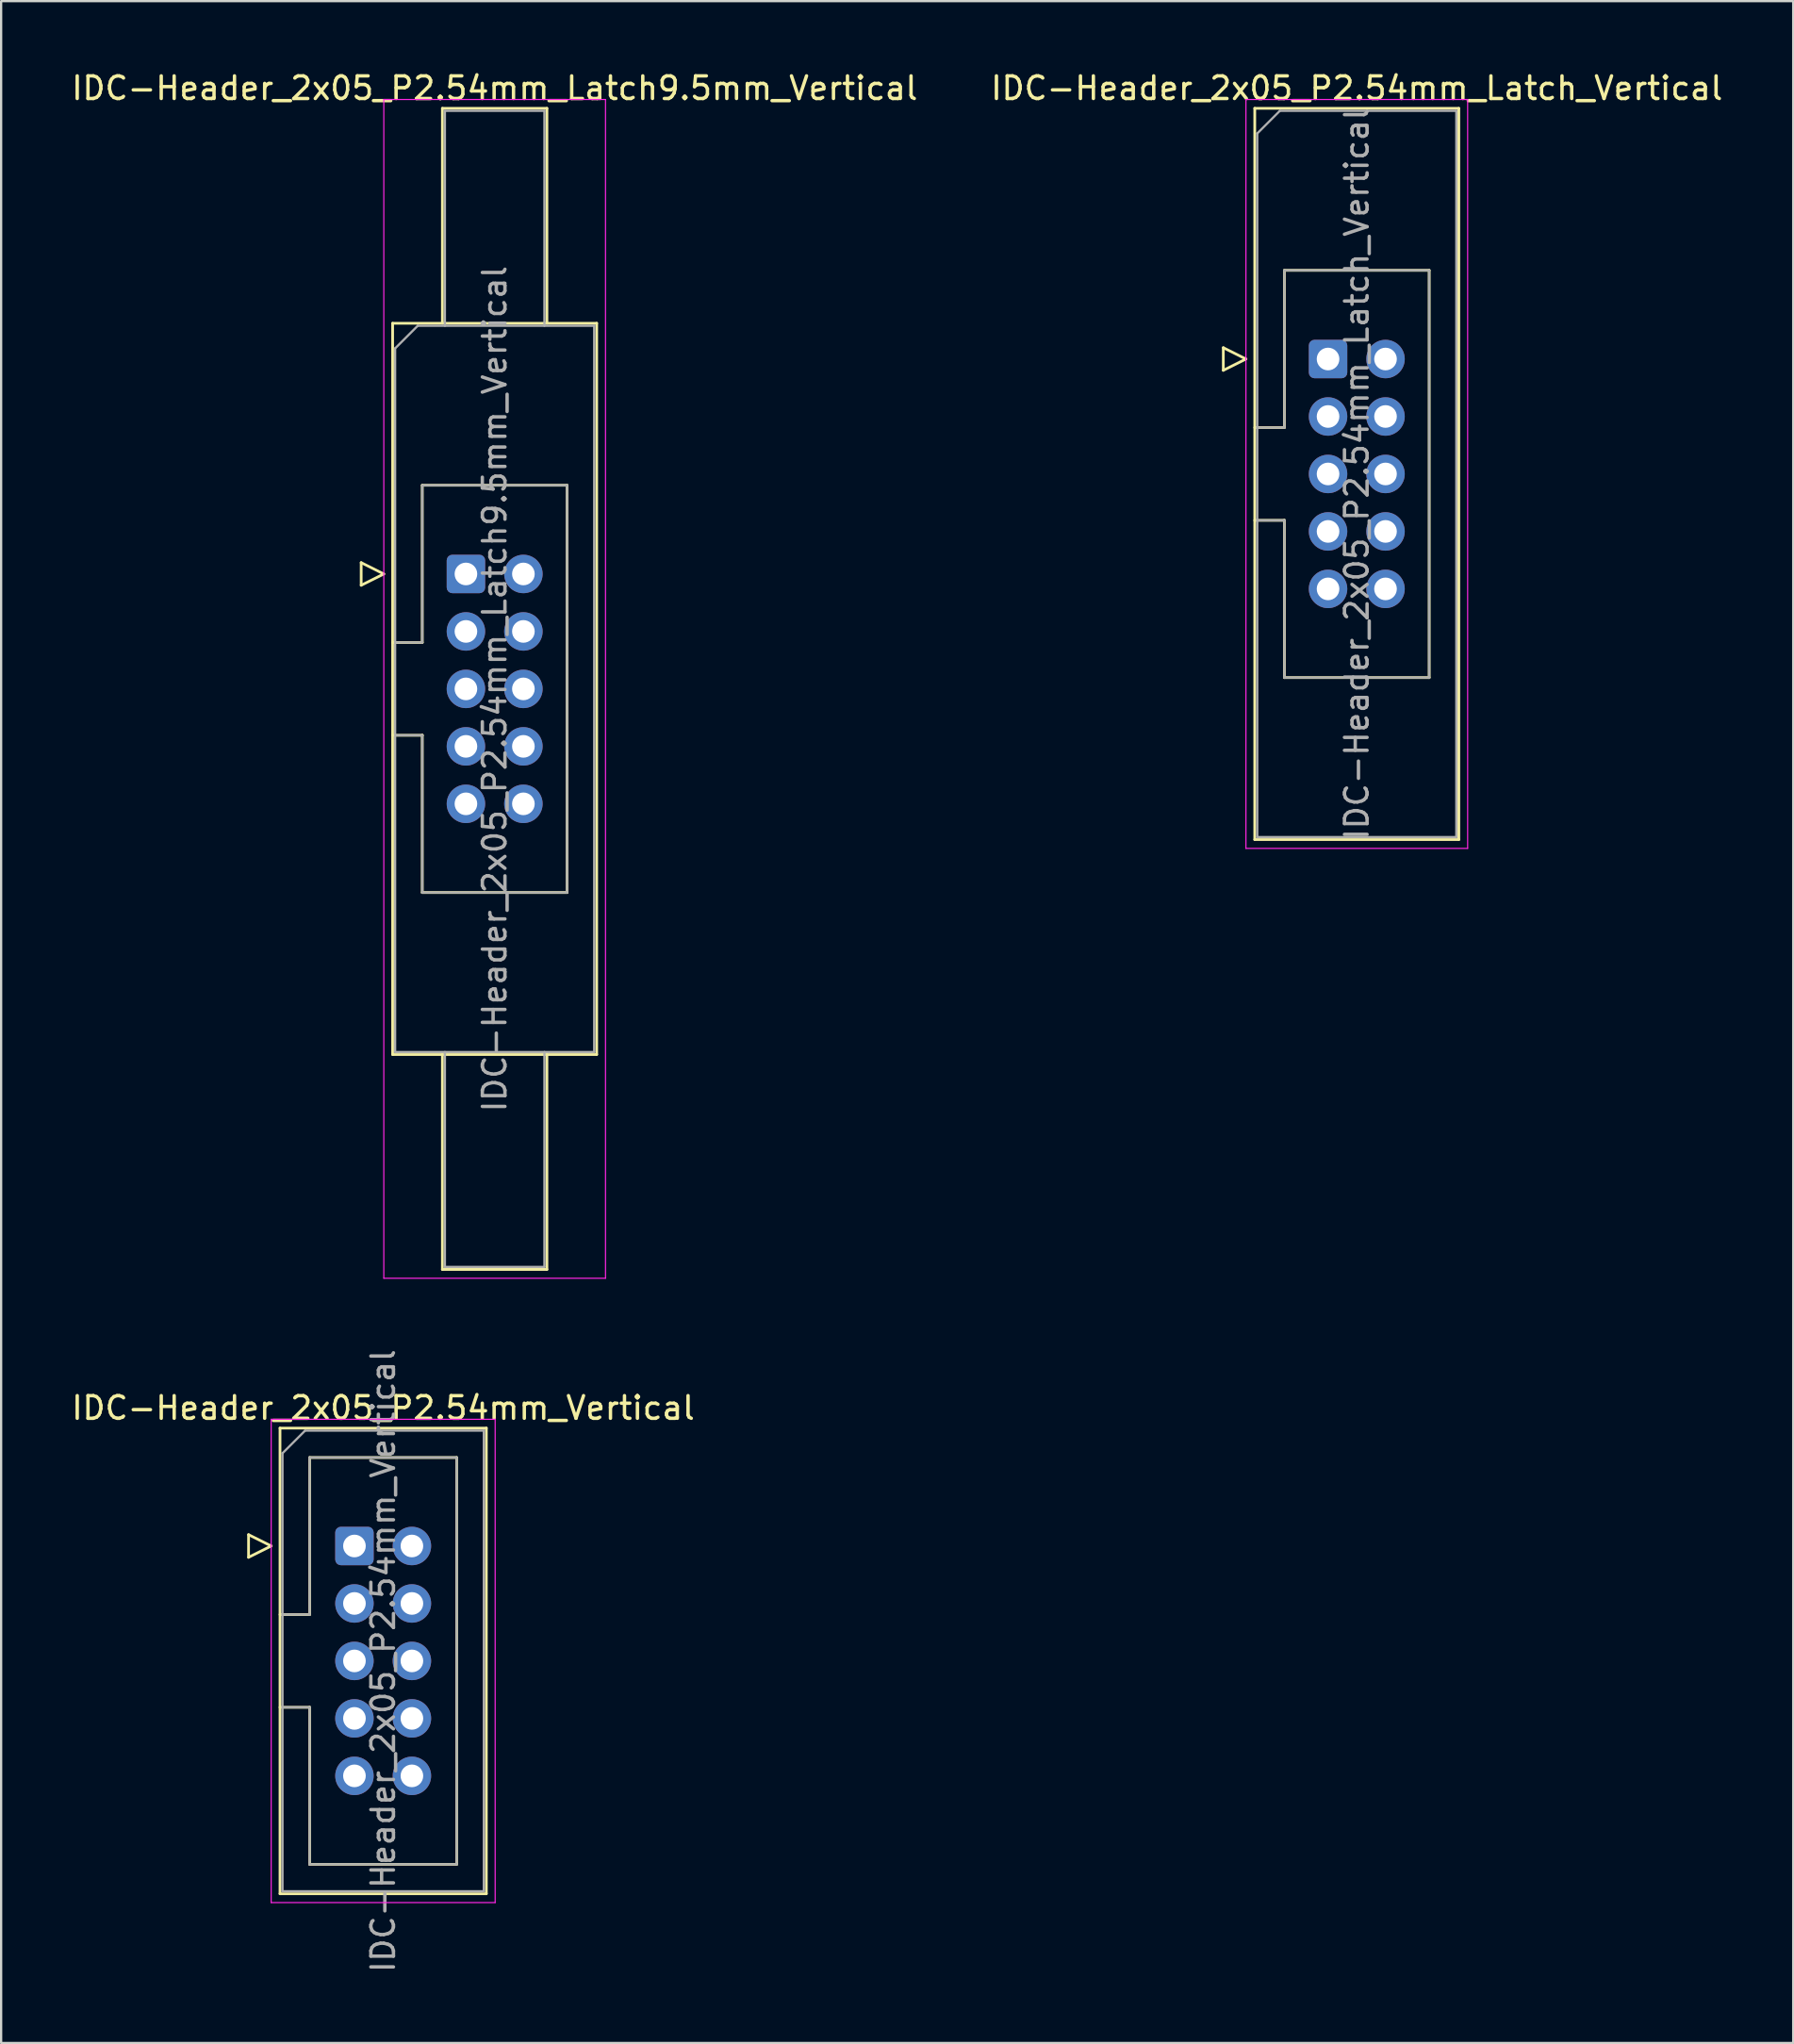
<source format=kicad_pcb>
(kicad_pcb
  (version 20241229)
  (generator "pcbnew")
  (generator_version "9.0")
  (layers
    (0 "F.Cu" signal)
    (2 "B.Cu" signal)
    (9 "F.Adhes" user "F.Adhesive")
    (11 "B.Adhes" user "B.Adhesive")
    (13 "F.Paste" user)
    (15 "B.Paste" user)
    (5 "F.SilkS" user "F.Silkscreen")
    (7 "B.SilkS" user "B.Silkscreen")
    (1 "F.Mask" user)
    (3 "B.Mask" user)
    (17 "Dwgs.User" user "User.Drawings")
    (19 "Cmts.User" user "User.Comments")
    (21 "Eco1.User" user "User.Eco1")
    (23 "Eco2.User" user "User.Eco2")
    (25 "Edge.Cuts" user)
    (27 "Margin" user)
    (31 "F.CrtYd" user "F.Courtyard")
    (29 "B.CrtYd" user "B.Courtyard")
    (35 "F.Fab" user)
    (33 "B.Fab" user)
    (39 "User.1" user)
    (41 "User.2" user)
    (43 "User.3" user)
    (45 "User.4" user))
  (footprint "IDC-Header_2x05_P2.54mm_Latch_Vertical"
    (layer "F.Cu")
    (at 55.653 12.818)
    (property "Reference" "IDC-Header_2x05_P2.54mm_Latch_Vertical" (at 1.27 -11.97 0) (layer "F.SilkS") (effects (font (size 1 1) (thickness 0.15))))
    (attr through_hole)
    (fp_line (start -4.63 -0.5) (end -4.63 0.5) (stroke (width 0.12) (type solid)) (layer "F.SilkS"))
    (fp_line (start -4.63 0.5) (end -3.63 0) (stroke (width 0.12) (type solid)) (layer "F.SilkS"))
    (fp_line (start -3.63 0) (end -4.63 -0.5) (stroke (width 0.12) (type solid)) (layer "F.SilkS"))
    (fp_line (start -3.24 -11.08) (end 5.78 -11.08) (stroke (width 0.12) (type solid)) (layer "F.SilkS"))
    (fp_line (start -3.24 3.03) (end -1.93 3.03) (stroke (width 0.12) (type solid)) (layer "F.SilkS"))
    (fp_line (start -3.24 21.24) (end -3.24 -11.08) (stroke (width 0.12) (type solid)) (layer "F.SilkS"))
    (fp_line (start -1.93 -3.92) (end 4.47 -3.92) (stroke (width 0.12) (type solid)) (layer "F.SilkS"))
    (fp_line (start -1.93 3.03) (end -1.93 -3.92) (stroke (width 0.12) (type solid)) (layer "F.SilkS"))
    (fp_line (start -1.93 7.13) (end -3.24 7.13) (stroke (width 0.12) (type solid)) (layer "F.SilkS"))
    (fp_line (start -1.93 7.13) (end -1.93 7.13) (stroke (width 0.12) (type solid)) (layer "F.SilkS"))
    (fp_line (start -1.93 14.08) (end -1.93 7.13) (stroke (width 0.12) (type solid)) (layer "F.SilkS"))
    (fp_line (start 4.47 -3.92) (end 4.47 14.08) (stroke (width 0.12) (type solid)) (layer "F.SilkS"))
    (fp_line (start 4.47 14.08) (end -1.93 14.08) (stroke (width 0.12) (type solid)) (layer "F.SilkS"))
    (fp_line (start 5.78 -11.08) (end 5.78 21.24) (stroke (width 0.12) (type solid)) (layer "F.SilkS"))
    (fp_line (start 5.78 21.24) (end -3.24 21.24) (stroke (width 0.12) (type solid)) (layer "F.SilkS"))
    (fp_line (start -3.63 -11.47) (end -3.63 21.63) (stroke (width 0.05) (type solid)) (layer "F.CrtYd"))
    (fp_line (start -3.63 21.63) (end 6.17 21.63) (stroke (width 0.05) (type solid)) (layer "F.CrtYd"))
    (fp_line (start 6.17 -11.47) (end -3.63 -11.47) (stroke (width 0.05) (type solid)) (layer "F.CrtYd"))
    (fp_line (start 6.17 21.63) (end 6.17 -11.47) (stroke (width 0.05) (type solid)) (layer "F.CrtYd"))
    (fp_line (start -3.13 -9.97) (end -2.13 -10.97) (stroke (width 0.1) (type solid)) (layer "F.Fab"))
    (fp_line (start -3.13 3.03) (end -1.93 3.03) (stroke (width 0.1) (type solid)) (layer "F.Fab"))
    (fp_line (start -3.13 21.13) (end -3.13 -9.97) (stroke (width 0.1) (type solid)) (layer "F.Fab"))
    (fp_line (start -2.13 -10.97) (end 5.67 -10.97) (stroke (width 0.1) (type solid)) (layer "F.Fab"))
    (fp_line (start -1.93 -3.92) (end 4.47 -3.92) (stroke (width 0.1) (type solid)) (layer "F.Fab"))
    (fp_line (start -1.93 3.03) (end -1.93 -3.92) (stroke (width 0.1) (type solid)) (layer "F.Fab"))
    (fp_line (start -1.93 7.13) (end -3.13 7.13) (stroke (width 0.1) (type solid)) (layer "F.Fab"))
    (fp_line (start -1.93 7.13) (end -1.93 7.13) (stroke (width 0.1) (type solid)) (layer "F.Fab"))
    (fp_line (start -1.93 14.08) (end -1.93 7.13) (stroke (width 0.1) (type solid)) (layer "F.Fab"))
    (fp_line (start 4.47 -3.92) (end 4.47 14.08) (stroke (width 0.1) (type solid)) (layer "F.Fab"))
    (fp_line (start 4.47 14.08) (end -1.93 14.08) (stroke (width 0.1) (type solid)) (layer "F.Fab"))
    (fp_line (start 5.67 -10.97) (end 5.67 21.13) (stroke (width 0.1) (type solid)) (layer "F.Fab"))
    (fp_line (start 5.67 21.13) (end -3.13 21.13) (stroke (width 0.1) (type solid)) (layer "F.Fab"))
    (fp_text user "${REFERENCE}" (at 1.27 5.08 90) (layer "F.Fab") (effects (font (size 1 1) (thickness 0.15))))
    (pad "1" thru_hole roundrect (at 0 0) (size 1.7 1.7) (drill 1) (layers "*.Cu" "*.Mask") (roundrect_rratio 0.147))
    (pad "2" thru_hole circle (at 2.54 0) (size 1.7 1.7) (drill 1) (layers "*.Cu" "*.Mask"))
    (pad "3" thru_hole circle (at 0 2.54) (size 1.7 1.7) (drill 1) (layers "*.Cu" "*.Mask"))
    (pad "4" thru_hole circle (at 2.54 2.54) (size 1.7 1.7) (drill 1) (layers "*.Cu" "*.Mask"))
    (pad "5" thru_hole circle (at 0 5.08) (size 1.7 1.7) (drill 1) (layers "*.Cu" "*.Mask"))
    (pad "6" thru_hole circle (at 2.54 5.08) (size 1.7 1.7) (drill 1) (layers "*.Cu" "*.Mask"))
    (pad "7" thru_hole circle (at 0 7.62) (size 1.7 1.7) (drill 1) (layers "*.Cu" "*.Mask"))
    (pad "8" thru_hole circle (at 2.54 7.62) (size 1.7 1.7) (drill 1) (layers "*.Cu" "*.Mask"))
    (pad "9" thru_hole circle (at 0 10.16) (size 1.7 1.7) (drill 1) (layers "*.Cu" "*.Mask"))
    (pad "10" thru_hole circle (at 2.54 10.16) (size 1.7 1.7) (drill 1) (layers "*.Cu" "*.Mask")))
  (footprint "IDC-Header_2x05_P2.54mm_Vertical"
    (layer "F.Cu")
    (at 12.617 65.28)
    (property "Reference" "IDC-Header_2x05_P2.54mm_Vertical" (at 1.27 -6.1 0) (layer "F.SilkS") (effects (font (size 1 1) (thickness 0.15))))
    (attr through_hole)
    (fp_line (start -4.68 -0.5) (end -4.68 0.5) (stroke (width 0.12) (type solid)) (layer "F.SilkS"))
    (fp_line (start -4.68 0.5) (end -3.68 0) (stroke (width 0.12) (type solid)) (layer "F.SilkS"))
    (fp_line (start -3.68 0) (end -4.68 -0.5) (stroke (width 0.12) (type solid)) (layer "F.SilkS"))
    (fp_line (start -3.29 -5.21) (end 5.83 -5.21) (stroke (width 0.12) (type solid)) (layer "F.SilkS"))
    (fp_line (start -3.29 3.03) (end -1.98 3.03) (stroke (width 0.12) (type solid)) (layer "F.SilkS"))
    (fp_line (start -3.29 15.37) (end -3.29 -5.21) (stroke (width 0.12) (type solid)) (layer "F.SilkS"))
    (fp_line (start -1.98 -3.91) (end 4.52 -3.91) (stroke (width 0.12) (type solid)) (layer "F.SilkS"))
    (fp_line (start -1.98 3.03) (end -1.98 -3.91) (stroke (width 0.12) (type solid)) (layer "F.SilkS"))
    (fp_line (start -1.98 7.13) (end -3.29 7.13) (stroke (width 0.12) (type solid)) (layer "F.SilkS"))
    (fp_line (start -1.98 7.13) (end -1.98 7.13) (stroke (width 0.12) (type solid)) (layer "F.SilkS"))
    (fp_line (start -1.98 14.07) (end -1.98 7.13) (stroke (width 0.12) (type solid)) (layer "F.SilkS"))
    (fp_line (start 4.52 -3.91) (end 4.52 14.07) (stroke (width 0.12) (type solid)) (layer "F.SilkS"))
    (fp_line (start 4.52 14.07) (end -1.98 14.07) (stroke (width 0.12) (type solid)) (layer "F.SilkS"))
    (fp_line (start 5.83 -5.21) (end 5.83 15.37) (stroke (width 0.12) (type solid)) (layer "F.SilkS"))
    (fp_line (start 5.83 15.37) (end -3.29 15.37) (stroke (width 0.12) (type solid)) (layer "F.SilkS"))
    (fp_line (start -3.68 -5.6) (end -3.68 15.76) (stroke (width 0.05) (type solid)) (layer "F.CrtYd"))
    (fp_line (start -3.68 15.76) (end 6.22 15.76) (stroke (width 0.05) (type solid)) (layer "F.CrtYd"))
    (fp_line (start 6.22 -5.6) (end -3.68 -5.6) (stroke (width 0.05) (type solid)) (layer "F.CrtYd"))
    (fp_line (start 6.22 15.76) (end 6.22 -5.6) (stroke (width 0.05) (type solid)) (layer "F.CrtYd"))
    (fp_line (start -3.18 -4.1) (end -2.18 -5.1) (stroke (width 0.1) (type solid)) (layer "F.Fab"))
    (fp_line (start -3.18 3.03) (end -1.98 3.03) (stroke (width 0.1) (type solid)) (layer "F.Fab"))
    (fp_line (start -3.18 15.26) (end -3.18 -4.1) (stroke (width 0.1) (type solid)) (layer "F.Fab"))
    (fp_line (start -2.18 -5.1) (end 5.72 -5.1) (stroke (width 0.1) (type solid)) (layer "F.Fab"))
    (fp_line (start -1.98 -3.91) (end 4.52 -3.91) (stroke (width 0.1) (type solid)) (layer "F.Fab"))
    (fp_line (start -1.98 3.03) (end -1.98 -3.91) (stroke (width 0.1) (type solid)) (layer "F.Fab"))
    (fp_line (start -1.98 7.13) (end -3.18 7.13) (stroke (width 0.1) (type solid)) (layer "F.Fab"))
    (fp_line (start -1.98 7.13) (end -1.98 7.13) (stroke (width 0.1) (type solid)) (layer "F.Fab"))
    (fp_line (start -1.98 14.07) (end -1.98 7.13) (stroke (width 0.1) (type solid)) (layer "F.Fab"))
    (fp_line (start 4.52 -3.91) (end 4.52 14.07) (stroke (width 0.1) (type solid)) (layer "F.Fab"))
    (fp_line (start 4.52 14.07) (end -1.98 14.07) (stroke (width 0.1) (type solid)) (layer "F.Fab"))
    (fp_line (start 5.72 -5.1) (end 5.72 15.26) (stroke (width 0.1) (type solid)) (layer "F.Fab"))
    (fp_line (start 5.72 15.26) (end -3.18 15.26) (stroke (width 0.1) (type solid)) (layer "F.Fab"))
    (fp_text user "${REFERENCE}" (at 1.27 5.08 90) (layer "F.Fab") (effects (font (size 1 1) (thickness 0.15))))
    (pad "1" thru_hole roundrect (at 0 0) (size 1.7 1.7) (drill 1) (layers "*.Cu" "*.Mask") (roundrect_rratio 0.147))
    (pad "2" thru_hole circle (at 2.54 0) (size 1.7 1.7) (drill 1) (layers "*.Cu" "*.Mask"))
    (pad "3" thru_hole circle (at 0 2.54) (size 1.7 1.7) (drill 1) (layers "*.Cu" "*.Mask"))
    (pad "4" thru_hole circle (at 2.54 2.54) (size 1.7 1.7) (drill 1) (layers "*.Cu" "*.Mask"))
    (pad "5" thru_hole circle (at 0 5.08) (size 1.7 1.7) (drill 1) (layers "*.Cu" "*.Mask"))
    (pad "6" thru_hole circle (at 2.54 5.08) (size 1.7 1.7) (drill 1) (layers "*.Cu" "*.Mask"))
    (pad "7" thru_hole circle (at 0 7.62) (size 1.7 1.7) (drill 1) (layers "*.Cu" "*.Mask"))
    (pad "8" thru_hole circle (at 2.54 7.62) (size 1.7 1.7) (drill 1) (layers "*.Cu" "*.Mask"))
    (pad "9" thru_hole circle (at 0 10.16) (size 1.7 1.7) (drill 1) (layers "*.Cu" "*.Mask"))
    (pad "10" thru_hole circle (at 2.54 10.16) (size 1.7 1.7) (drill 1) (layers "*.Cu" "*.Mask")))
  (footprint "IDC-Header_2x05_P2.54mm_Latch9.5mm_Vertical"
    (layer "F.Cu")
    (at 17.545 22.318)
    (property "Reference" "IDC-Header_2x05_P2.54mm_Latch9.5mm_Vertical" (at 1.27 -21.47 0) (layer "F.SilkS") (effects (font (size 1 1) (thickness 0.15))))
    (attr through_hole)
    (fp_line (start -4.63 -0.5) (end -4.63 0.5) (stroke (width 0.12) (type solid)) (layer "F.SilkS"))
    (fp_line (start -4.63 0.5) (end -3.63 0) (stroke (width 0.12) (type solid)) (layer "F.SilkS"))
    (fp_line (start -3.63 0) (end -4.63 -0.5) (stroke (width 0.12) (type solid)) (layer "F.SilkS"))
    (fp_line (start -3.24 -11.08) (end 5.78 -11.08) (stroke (width 0.12) (type solid)) (layer "F.SilkS"))
    (fp_line (start -3.24 3.03) (end -1.93 3.03) (stroke (width 0.12) (type solid)) (layer "F.SilkS"))
    (fp_line (start -3.24 21.24) (end -3.24 -11.08) (stroke (width 0.12) (type solid)) (layer "F.SilkS"))
    (fp_line (start -1.93 -3.92) (end 4.47 -3.92) (stroke (width 0.12) (type solid)) (layer "F.SilkS"))
    (fp_line (start -1.93 3.03) (end -1.93 -3.92) (stroke (width 0.12) (type solid)) (layer "F.SilkS"))
    (fp_line (start -1.93 7.13) (end -3.24 7.13) (stroke (width 0.12) (type solid)) (layer "F.SilkS"))
    (fp_line (start -1.93 7.13) (end -1.93 7.13) (stroke (width 0.12) (type solid)) (layer "F.SilkS"))
    (fp_line (start -1.93 14.08) (end -1.93 7.13) (stroke (width 0.12) (type solid)) (layer "F.SilkS"))
    (fp_line (start -1.04 -20.58) (end 3.58 -20.58) (stroke (width 0.12) (type solid)) (layer "F.SilkS"))
    (fp_line (start -1.04 -11.08) (end -1.04 -20.58) (stroke (width 0.12) (type solid)) (layer "F.SilkS"))
    (fp_line (start -1.04 21.24) (end -1.04 30.74) (stroke (width 0.12) (type solid)) (layer "F.SilkS"))
    (fp_line (start -1.04 30.74) (end 3.58 30.74) (stroke (width 0.12) (type solid)) (layer "F.SilkS"))
    (fp_line (start 3.58 -20.58) (end 3.58 -11.08) (stroke (width 0.12) (type solid)) (layer "F.SilkS"))
    (fp_line (start 3.58 30.74) (end 3.58 21.24) (stroke (width 0.12) (type solid)) (layer "F.SilkS"))
    (fp_line (start 4.47 -3.92) (end 4.47 14.08) (stroke (width 0.12) (type solid)) (layer "F.SilkS"))
    (fp_line (start 4.47 14.08) (end -1.93 14.08) (stroke (width 0.12) (type solid)) (layer "F.SilkS"))
    (fp_line (start 5.78 -11.08) (end 5.78 21.24) (stroke (width 0.12) (type solid)) (layer "F.SilkS"))
    (fp_line (start 5.78 21.24) (end -3.24 21.24) (stroke (width 0.12) (type solid)) (layer "F.SilkS"))
    (fp_line (start -3.63 -20.97) (end -3.63 31.13) (stroke (width 0.05) (type solid)) (layer "F.CrtYd"))
    (fp_line (start -3.63 31.13) (end 6.17 31.13) (stroke (width 0.05) (type solid)) (layer "F.CrtYd"))
    (fp_line (start 6.17 -20.97) (end -3.63 -20.97) (stroke (width 0.05) (type solid)) (layer "F.CrtYd"))
    (fp_line (start 6.17 31.13) (end 6.17 -20.97) (stroke (width 0.05) (type solid)) (layer "F.CrtYd"))
    (fp_line (start -3.13 -9.97) (end -2.13 -10.97) (stroke (width 0.1) (type solid)) (layer "F.Fab"))
    (fp_line (start -3.13 3.03) (end -1.93 3.03) (stroke (width 0.1) (type solid)) (layer "F.Fab"))
    (fp_line (start -3.13 21.13) (end -3.13 -9.97) (stroke (width 0.1) (type solid)) (layer "F.Fab"))
    (fp_line (start -2.13 -10.97) (end 5.67 -10.97) (stroke (width 0.1) (type solid)) (layer "F.Fab"))
    (fp_line (start -1.93 -3.92) (end 4.47 -3.92) (stroke (width 0.1) (type solid)) (layer "F.Fab"))
    (fp_line (start -1.93 3.03) (end -1.93 -3.92) (stroke (width 0.1) (type solid)) (layer "F.Fab"))
    (fp_line (start -1.93 7.13) (end -3.13 7.13) (stroke (width 0.1) (type solid)) (layer "F.Fab"))
    (fp_line (start -1.93 7.13) (end -1.93 7.13) (stroke (width 0.1) (type solid)) (layer "F.Fab"))
    (fp_line (start -1.93 14.08) (end -1.93 7.13) (stroke (width 0.1) (type solid)) (layer "F.Fab"))
    (fp_line (start -0.93 -20.47) (end 3.47 -20.47) (stroke (width 0.1) (type solid)) (layer "F.Fab"))
    (fp_line (start -0.93 -10.97) (end -0.93 -20.47) (stroke (width 0.1) (type solid)) (layer "F.Fab"))
    (fp_line (start -0.93 21.13) (end -0.93 30.63) (stroke (width 0.1) (type solid)) (layer "F.Fab"))
    (fp_line (start -0.93 30.63) (end 3.47 30.63) (stroke (width 0.1) (type solid)) (layer "F.Fab"))
    (fp_line (start 3.47 -20.47) (end 3.47 -10.97) (stroke (width 0.1) (type solid)) (layer "F.Fab"))
    (fp_line (start 3.47 30.63) (end 3.47 21.13) (stroke (width 0.1) (type solid)) (layer "F.Fab"))
    (fp_line (start 4.47 -3.92) (end 4.47 14.08) (stroke (width 0.1) (type solid)) (layer "F.Fab"))
    (fp_line (start 4.47 14.08) (end -1.93 14.08) (stroke (width 0.1) (type solid)) (layer "F.Fab"))
    (fp_line (start 5.67 -10.97) (end 5.67 21.13) (stroke (width 0.1) (type solid)) (layer "F.Fab"))
    (fp_line (start 5.67 21.13) (end -3.13 21.13) (stroke (width 0.1) (type solid)) (layer "F.Fab"))
    (fp_text user "${REFERENCE}" (at 1.27 5.08 90) (layer "F.Fab") (effects (font (size 1 1) (thickness 0.15))))
    (pad "1" thru_hole roundrect (at 0 0) (size 1.7 1.7) (drill 1) (layers "*.Cu" "*.Mask") (roundrect_rratio 0.147))
    (pad "2" thru_hole circle (at 2.54 0) (size 1.7 1.7) (drill 1) (layers "*.Cu" "*.Mask"))
    (pad "3" thru_hole circle (at 0 2.54) (size 1.7 1.7) (drill 1) (layers "*.Cu" "*.Mask"))
    (pad "4" thru_hole circle (at 2.54 2.54) (size 1.7 1.7) (drill 1) (layers "*.Cu" "*.Mask"))
    (pad "5" thru_hole circle (at 0 5.08) (size 1.7 1.7) (drill 1) (layers "*.Cu" "*.Mask"))
    (pad "6" thru_hole circle (at 2.54 5.08) (size 1.7 1.7) (drill 1) (layers "*.Cu" "*.Mask"))
    (pad "7" thru_hole circle (at 0 7.62) (size 1.7 1.7) (drill 1) (layers "*.Cu" "*.Mask"))
    (pad "8" thru_hole circle (at 2.54 7.62) (size 1.7 1.7) (drill 1) (layers "*.Cu" "*.Mask"))
    (pad "9" thru_hole circle (at 0 10.16) (size 1.7 1.7) (drill 1) (layers "*.Cu" "*.Mask"))
    (pad "10" thru_hole circle (at 2.54 10.16) (size 1.7 1.7) (drill 1) (layers "*.Cu" "*.Mask")))
  (gr_rect
    (start -3 -3)
    (end 76.214 87.247)
    (stroke (width 0.1) (type default))
    (fill no)
    (layer "Edge.Cuts")))
</source>
